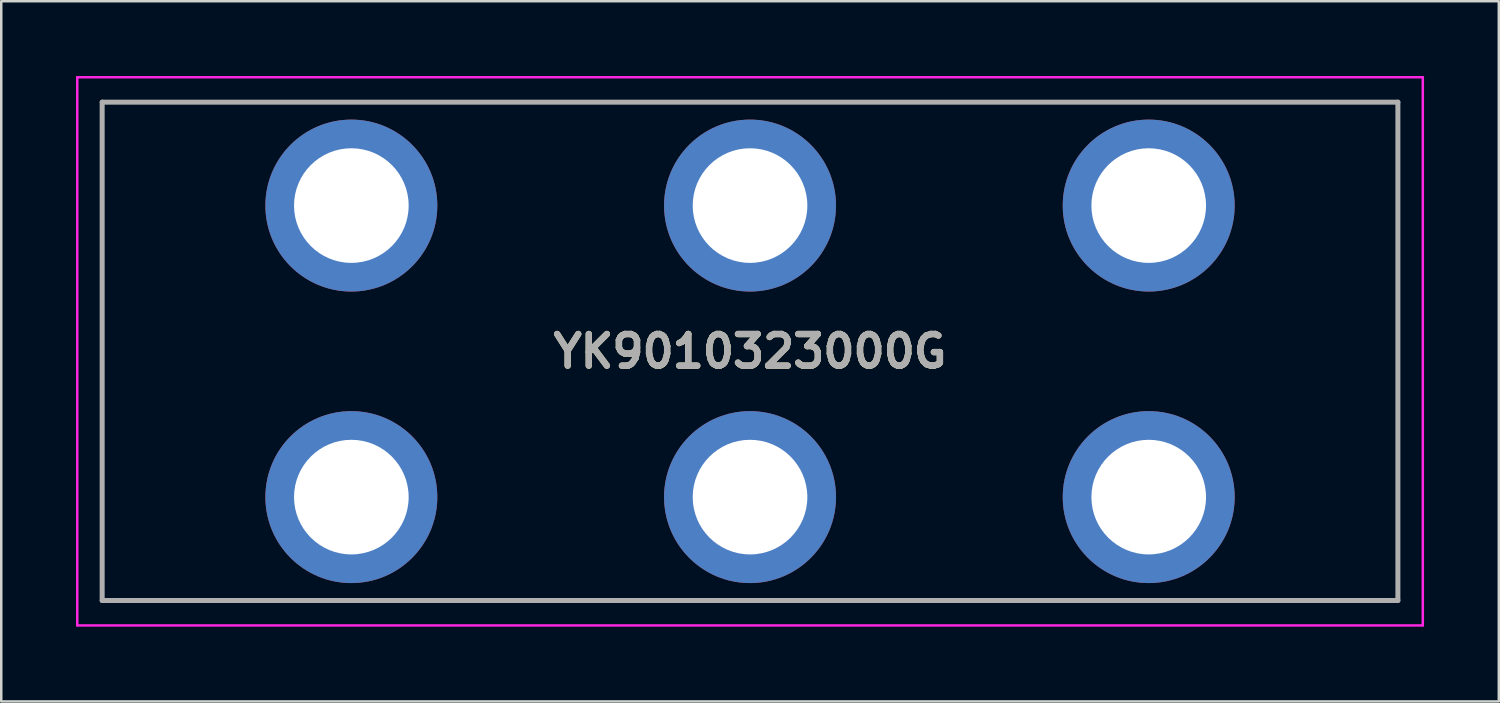
<source format=kicad_pcb>
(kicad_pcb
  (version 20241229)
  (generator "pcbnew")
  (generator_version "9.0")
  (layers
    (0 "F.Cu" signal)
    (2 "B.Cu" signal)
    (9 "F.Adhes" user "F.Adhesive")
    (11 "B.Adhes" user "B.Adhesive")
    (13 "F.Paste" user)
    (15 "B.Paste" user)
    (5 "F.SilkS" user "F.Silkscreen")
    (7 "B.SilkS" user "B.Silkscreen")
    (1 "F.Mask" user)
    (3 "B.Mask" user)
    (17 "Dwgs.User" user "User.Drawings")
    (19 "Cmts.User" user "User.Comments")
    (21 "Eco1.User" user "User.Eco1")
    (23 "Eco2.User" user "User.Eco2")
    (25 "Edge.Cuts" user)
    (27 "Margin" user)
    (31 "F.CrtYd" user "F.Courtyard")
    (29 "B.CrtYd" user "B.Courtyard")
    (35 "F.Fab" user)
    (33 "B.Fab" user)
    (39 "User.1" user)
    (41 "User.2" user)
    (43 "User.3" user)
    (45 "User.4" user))
  (footprint "YK9010323000G"
    (layer "F.Cu")
    (at 11.05 16.9)
    (property "Reference" "YK9010323000G" (at 16 -5.85 0) (layer "F.SilkS") (effects (font (size 1.27 1.27) (thickness 0.254))))
    (attr through_hole)
    (fp_line (start -10 -15.85) (end 42 -15.85) (stroke (width 0.1) (type solid)) (layer "F.SilkS"))
    (fp_line (start -10 4.15) (end -10 -15.85) (stroke (width 0.1) (type solid)) (layer "F.SilkS"))
    (fp_line (start 42 -15.85) (end 42 4.15) (stroke (width 0.1) (type solid)) (layer "F.SilkS"))
    (fp_line (start 42 4.15) (end -10 4.15) (stroke (width 0.1) (type solid)) (layer "F.SilkS"))
    (fp_line (start -11 -16.85) (end 43 -16.85) (stroke (width 0.1) (type solid)) (layer "F.CrtYd"))
    (fp_line (start -11 5.15) (end -11 -16.85) (stroke (width 0.1) (type solid)) (layer "F.CrtYd"))
    (fp_line (start 43 -16.85) (end 43 5.15) (stroke (width 0.1) (type solid)) (layer "F.CrtYd"))
    (fp_line (start 43 5.15) (end -11 5.15) (stroke (width 0.1) (type solid)) (layer "F.CrtYd"))
    (fp_line (start -10 -15.85) (end 42 -15.85) (stroke (width 0.2) (type solid)) (layer "F.Fab"))
    (fp_line (start -10 4.15) (end -10 -15.85) (stroke (width 0.2) (type solid)) (layer "F.Fab"))
    (fp_line (start 42 -15.85) (end 42 4.15) (stroke (width 0.2) (type solid)) (layer "F.Fab"))
    (fp_line (start 42 4.15) (end -10 4.15) (stroke (width 0.2) (type solid)) (layer "F.Fab"))
    (fp_text user "${REFERENCE}" (at 16 -5.85 0) (layer "F.Fab") (effects (font (size 1.27 1.27) (thickness 0.254))))
    (pad "1" thru_hole circle (at 0 0) (size 6.9 6.9) (drill 4.6) (layers "*.Cu" "*.Mask"))
    (pad "2" thru_hole circle (at 0 -11.7) (size 6.9 6.9) (drill 4.6) (layers "*.Cu" "*.Mask"))
    (pad "3" thru_hole circle (at 16 0) (size 6.9 6.9) (drill 4.6) (layers "*.Cu" "*.Mask"))
    (pad "4" thru_hole circle (at 16 -11.7) (size 6.9 6.9) (drill 4.6) (layers "*.Cu" "*.Mask"))
    (pad "5" thru_hole circle (at 32 0) (size 6.9 6.9) (drill 4.6) (layers "*.Cu" "*.Mask"))
    (pad "6" thru_hole circle (at 32 -11.7) (size 6.9 6.9) (drill 4.6) (layers "*.Cu" "*.Mask")))
  (gr_rect
    (start -3 -3)
    (end 57.1 25.1)
    (stroke (width 0.1) (type default))
    (fill no)
    (layer "Edge.Cuts")))
</source>
